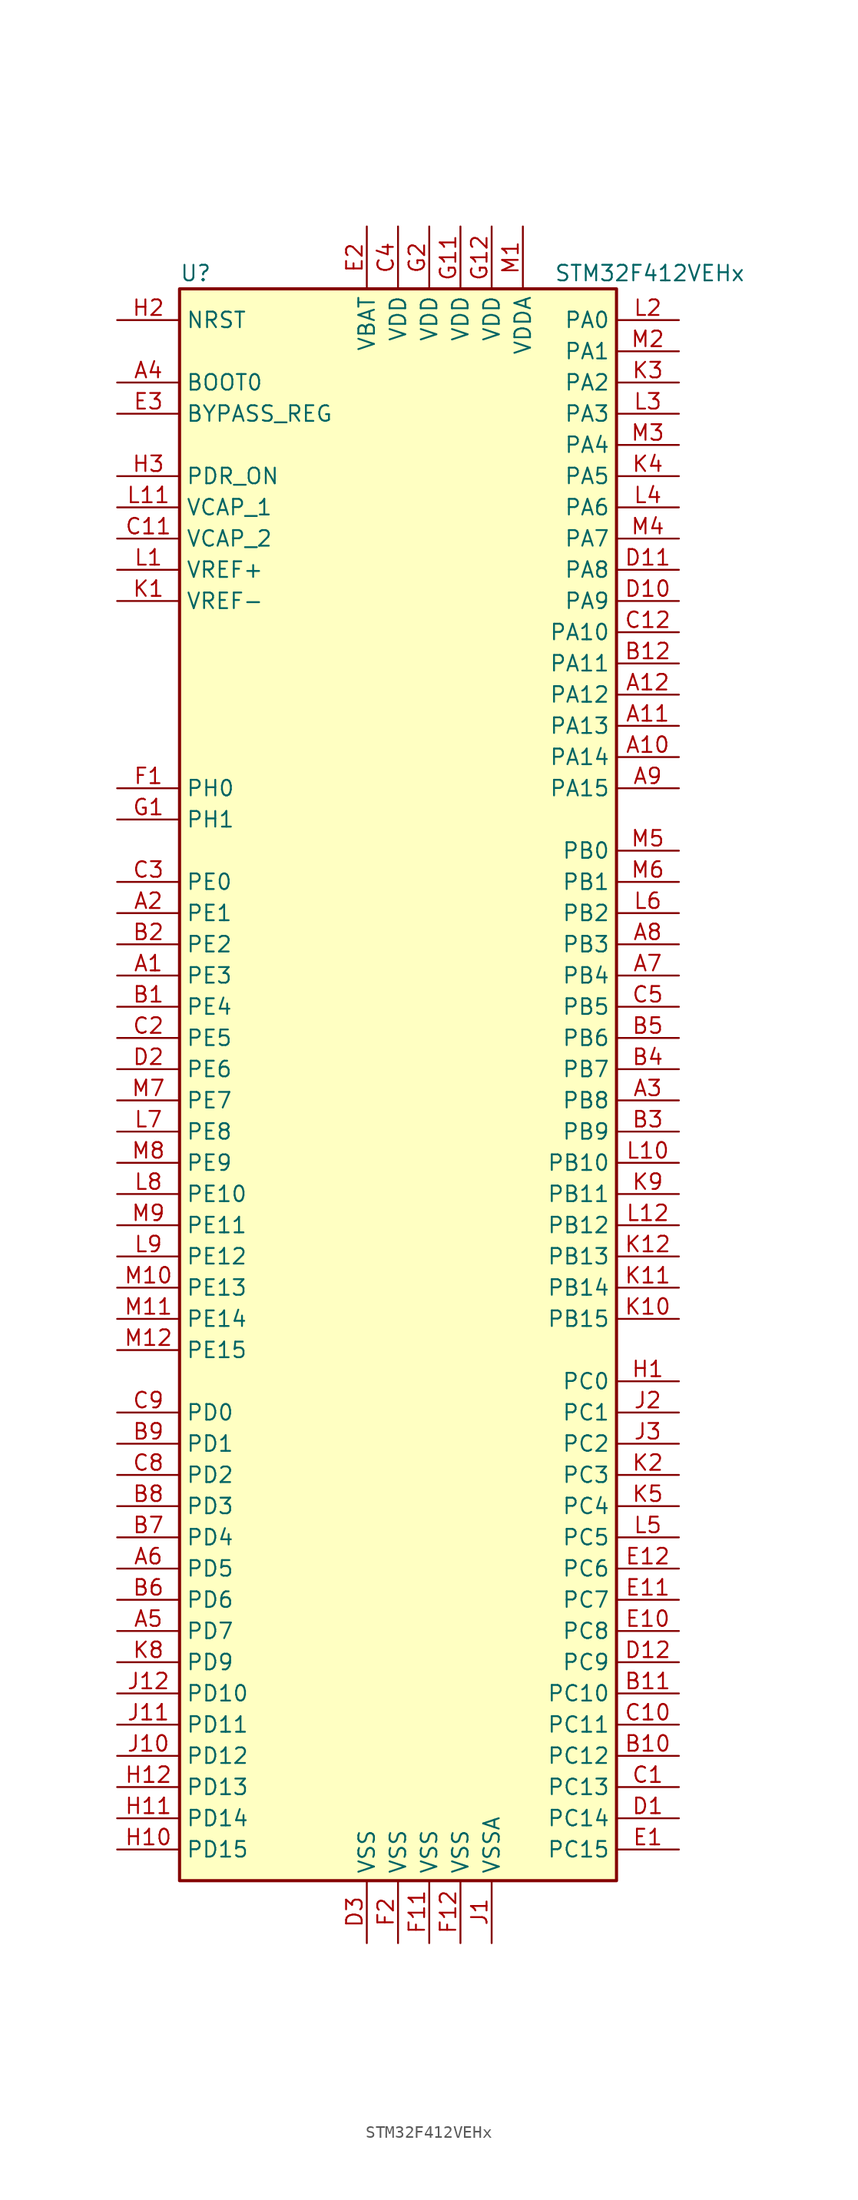
<source format=kicad_sym>
(kicad_symbol_lib
  (version 20220914)
  (generator kicad_symbol_editor)
  (symbol "STM32F412VEHx"
    (property "Reference" "U"
      (at -17.78 64.77 0)
      (effects (font (size 1.27 1.27)) (justify left)))
    (property "Value" "STM32F412VEHx"
      (at 12.7 64.77 0)
      (effects (font (size 1.27 1.27)) (justify left)))
    (symbol "STM32F412VEHx_0_1"
      (rectangle (start -17.78 -66.04) (end 17.78 63.5) (stroke (width 0.254) (type default)) (fill (type background))))
    (symbol "STM32F412VEHx_1_1"
      (pin bidirectional line (at -22.86 7.62 0) (length 5.08) (name "PE3" (effects (font (size 1.27 1.27)))) (number "A1" (effects (font (size 1.27 1.27)))))
      (pin bidirectional line (at 22.86 25.4 180) (length 5.08) (name "PA14" (effects (font (size 1.27 1.27)))) (number "A10" (effects (font (size 1.27 1.27)))))
      (pin bidirectional line (at 22.86 27.94 180) (length 5.08) (name "PA13" (effects (font (size 1.27 1.27)))) (number "A11" (effects (font (size 1.27 1.27)))))
      (pin bidirectional line (at 22.86 30.48 180) (length 5.08) (name "PA12" (effects (font (size 1.27 1.27)))) (number "A12" (effects (font (size 1.27 1.27)))))
      (pin bidirectional line (at -22.86 12.7 0) (length 5.08) (name "PE1" (effects (font (size 1.27 1.27)))) (number "A2" (effects (font (size 1.27 1.27)))))
      (pin bidirectional line (at 22.86 -2.54 180) (length 5.08) (name "PB8" (effects (font (size 1.27 1.27)))) (number "A3" (effects (font (size 1.27 1.27)))))
      (pin input line (at -22.86 55.88 0) (length 5.08) (name "BOOT0" (effects (font (size 1.27 1.27)))) (number "A4" (effects (font (size 1.27 1.27)))))
      (pin bidirectional line (at -22.86 -45.72 0) (length 5.08) (name "PD7" (effects (font (size 1.27 1.27)))) (number "A5" (effects (font (size 1.27 1.27)))))
      (pin bidirectional line (at -22.86 -40.64 0) (length 5.08) (name "PD5" (effects (font (size 1.27 1.27)))) (number "A6" (effects (font (size 1.27 1.27)))))
      (pin bidirectional line (at 22.86 7.62 180) (length 5.08) (name "PB4" (effects (font (size 1.27 1.27)))) (number "A7" (effects (font (size 1.27 1.27)))))
      (pin bidirectional line (at 22.86 10.16 180) (length 5.08) (name "PB3" (effects (font (size 1.27 1.27)))) (number "A8" (effects (font (size 1.27 1.27)))))
      (pin bidirectional line (at 22.86 22.86 180) (length 5.08) (name "PA15" (effects (font (size 1.27 1.27)))) (number "A9" (effects (font (size 1.27 1.27)))))
      (pin bidirectional line (at -22.86 5.08 0) (length 5.08) (name "PE4" (effects (font (size 1.27 1.27)))) (number "B1" (effects (font (size 1.27 1.27)))))
      (pin bidirectional line (at 22.86 -55.88 180) (length 5.08) (name "PC12" (effects (font (size 1.27 1.27)))) (number "B10" (effects (font (size 1.27 1.27)))))
      (pin bidirectional line (at 22.86 -50.8 180) (length 5.08) (name "PC10" (effects (font (size 1.27 1.27)))) (number "B11" (effects (font (size 1.27 1.27)))))
      (pin bidirectional line (at 22.86 33.02 180) (length 5.08) (name "PA11" (effects (font (size 1.27 1.27)))) (number "B12" (effects (font (size 1.27 1.27)))))
      (pin bidirectional line (at -22.86 10.16 0) (length 5.08) (name "PE2" (effects (font (size 1.27 1.27)))) (number "B2" (effects (font (size 1.27 1.27)))))
      (pin bidirectional line (at 22.86 -5.08 180) (length 5.08) (name "PB9" (effects (font (size 1.27 1.27)))) (number "B3" (effects (font (size 1.27 1.27)))))
      (pin bidirectional line (at 22.86 0 180) (length 5.08) (name "PB7" (effects (font (size 1.27 1.27)))) (number "B4" (effects (font (size 1.27 1.27)))))
      (pin bidirectional line (at 22.86 2.54 180) (length 5.08) (name "PB6" (effects (font (size 1.27 1.27)))) (number "B5" (effects (font (size 1.27 1.27)))))
      (pin bidirectional line (at -22.86 -43.18 0) (length 5.08) (name "PD6" (effects (font (size 1.27 1.27)))) (number "B6" (effects (font (size 1.27 1.27)))))
      (pin bidirectional line (at -22.86 -38.1 0) (length 5.08) (name "PD4" (effects (font (size 1.27 1.27)))) (number "B7" (effects (font (size 1.27 1.27)))))
      (pin bidirectional line (at -22.86 -35.56 0) (length 5.08) (name "PD3" (effects (font (size 1.27 1.27)))) (number "B8" (effects (font (size 1.27 1.27)))))
      (pin bidirectional line (at -22.86 -30.48 0) (length 5.08) (name "PD1" (effects (font (size 1.27 1.27)))) (number "B9" (effects (font (size 1.27 1.27)))))
      (pin bidirectional line (at 22.86 -58.42 180) (length 5.08) (name "PC13" (effects (font (size 1.27 1.27)))) (number "C1" (effects (font (size 1.27 1.27)))))
      (pin bidirectional line (at 22.86 -53.34 180) (length 5.08) (name "PC11" (effects (font (size 1.27 1.27)))) (number "C10" (effects (font (size 1.27 1.27)))))
      (pin power_in line (at -22.86 43.18 0) (length 5.08) (name "VCAP_2" (effects (font (size 1.27 1.27)))) (number "C11" (effects (font (size 1.27 1.27)))))
      (pin bidirectional line (at 22.86 35.56 180) (length 5.08) (name "PA10" (effects (font (size 1.27 1.27)))) (number "C12" (effects (font (size 1.27 1.27)))))
      (pin bidirectional line (at -22.86 2.54 0) (length 5.08) (name "PE5" (effects (font (size 1.27 1.27)))) (number "C2" (effects (font (size 1.27 1.27)))))
      (pin bidirectional line (at -22.86 15.24 0) (length 5.08) (name "PE0" (effects (font (size 1.27 1.27)))) (number "C3" (effects (font (size 1.27 1.27)))))
      (pin power_in line (at 0 68.58 270) (length 5.08) (name "VDD" (effects (font (size 1.27 1.27)))) (number "C4" (effects (font (size 1.27 1.27)))))
      (pin bidirectional line (at 22.86 5.08 180) (length 5.08) (name "PB5" (effects (font (size 1.27 1.27)))) (number "C5" (effects (font (size 1.27 1.27)))))
      (pin bidirectional line (at -22.86 -33.02 0) (length 5.08) (name "PD2" (effects (font (size 1.27 1.27)))) (number "C8" (effects (font (size 1.27 1.27)))))
      (pin bidirectional line (at -22.86 -27.94 0) (length 5.08) (name "PD0" (effects (font (size 1.27 1.27)))) (number "C9" (effects (font (size 1.27 1.27)))))
      (pin bidirectional line (at 22.86 -60.96 180) (length 5.08) (name "PC14" (effects (font (size 1.27 1.27)))) (number "D1" (effects (font (size 1.27 1.27)))))
      (pin bidirectional line (at 22.86 38.1 180) (length 5.08) (name "PA9" (effects (font (size 1.27 1.27)))) (number "D10" (effects (font (size 1.27 1.27)))))
      (pin bidirectional line (at 22.86 40.64 180) (length 5.08) (name "PA8" (effects (font (size 1.27 1.27)))) (number "D11" (effects (font (size 1.27 1.27)))))
      (pin bidirectional line (at 22.86 -48.26 180) (length 5.08) (name "PC9" (effects (font (size 1.27 1.27)))) (number "D12" (effects (font (size 1.27 1.27)))))
      (pin bidirectional line (at -22.86 0 0) (length 5.08) (name "PE6" (effects (font (size 1.27 1.27)))) (number "D2" (effects (font (size 1.27 1.27)))))
      (pin power_in line (at -2.54 -71.12 90) (length 5.08) (name "VSS" (effects (font (size 1.27 1.27)))) (number "D3" (effects (font (size 1.27 1.27)))))
      (pin bidirectional line (at 22.86 -63.5 180) (length 5.08) (name "PC15" (effects (font (size 1.27 1.27)))) (number "E1" (effects (font (size 1.27 1.27)))))
      (pin bidirectional line (at 22.86 -45.72 180) (length 5.08) (name "PC8" (effects (font (size 1.27 1.27)))) (number "E10" (effects (font (size 1.27 1.27)))))
      (pin bidirectional line (at 22.86 -43.18 180) (length 5.08) (name "PC7" (effects (font (size 1.27 1.27)))) (number "E11" (effects (font (size 1.27 1.27)))))
      (pin bidirectional line (at 22.86 -40.64 180) (length 5.08) (name "PC6" (effects (font (size 1.27 1.27)))) (number "E12" (effects (font (size 1.27 1.27)))))
      (pin power_in line (at -2.54 68.58 270) (length 5.08) (name "VBAT" (effects (font (size 1.27 1.27)))) (number "E2" (effects (font (size 1.27 1.27)))))
      (pin input line (at -22.86 53.34 0) (length 5.08) (name "BYPASS_REG" (effects (font (size 1.27 1.27)))) (number "E3" (effects (font (size 1.27 1.27)))))
      (pin input line (at -22.86 22.86 0) (length 5.08) (name "PH0" (effects (font (size 1.27 1.27)))) (number "F1" (effects (font (size 1.27 1.27)))))
      (pin power_in line (at 2.54 -71.12 90) (length 5.08) (name "VSS" (effects (font (size 1.27 1.27)))) (number "F11" (effects (font (size 1.27 1.27)))))
      (pin power_in line (at 5.08 -71.12 90) (length 5.08) (name "VSS" (effects (font (size 1.27 1.27)))) (number "F12" (effects (font (size 1.27 1.27)))))
      (pin power_in line (at 0 -71.12 90) (length 5.08) (name "VSS" (effects (font (size 1.27 1.27)))) (number "F2" (effects (font (size 1.27 1.27)))))
      (pin input line (at -22.86 20.32 0) (length 5.08) (name "PH1" (effects (font (size 1.27 1.27)))) (number "G1" (effects (font (size 1.27 1.27)))))
      (pin power_in line (at 5.08 68.58 270) (length 5.08) (name "VDD" (effects (font (size 1.27 1.27)))) (number "G11" (effects (font (size 1.27 1.27)))))
      (pin power_in line (at 7.62 68.58 270) (length 5.08) (name "VDD" (effects (font (size 1.27 1.27)))) (number "G12" (effects (font (size 1.27 1.27)))))
      (pin power_in line (at 2.54 68.58 270) (length 5.08) (name "VDD" (effects (font (size 1.27 1.27)))) (number "G2" (effects (font (size 1.27 1.27)))))
      (pin bidirectional line (at 22.86 -25.4 180) (length 5.08) (name "PC0" (effects (font (size 1.27 1.27)))) (number "H1" (effects (font (size 1.27 1.27)))))
      (pin bidirectional line (at -22.86 -63.5 0) (length 5.08) (name "PD15" (effects (font (size 1.27 1.27)))) (number "H10" (effects (font (size 1.27 1.27)))))
      (pin bidirectional line (at -22.86 -60.96 0) (length 5.08) (name "PD14" (effects (font (size 1.27 1.27)))) (number "H11" (effects (font (size 1.27 1.27)))))
      (pin bidirectional line (at -22.86 -58.42 0) (length 5.08) (name "PD13" (effects (font (size 1.27 1.27)))) (number "H12" (effects (font (size 1.27 1.27)))))
      (pin input line (at -22.86 60.96 0) (length 5.08) (name "NRST" (effects (font (size 1.27 1.27)))) (number "H2" (effects (font (size 1.27 1.27)))))
      (pin power_in line (at -22.86 48.26 0) (length 5.08) (name "PDR_ON" (effects (font (size 1.27 1.27)))) (number "H3" (effects (font (size 1.27 1.27)))))
      (pin power_in line (at 7.62 -71.12 90) (length 5.08) (name "VSSA" (effects (font (size 1.27 1.27)))) (number "J1" (effects (font (size 1.27 1.27)))))
      (pin bidirectional line (at -22.86 -55.88 0) (length 5.08) (name "PD12" (effects (font (size 1.27 1.27)))) (number "J10" (effects (font (size 1.27 1.27)))))
      (pin bidirectional line (at -22.86 -53.34 0) (length 5.08) (name "PD11" (effects (font (size 1.27 1.27)))) (number "J11" (effects (font (size 1.27 1.27)))))
      (pin bidirectional line (at -22.86 -50.8 0) (length 5.08) (name "PD10" (effects (font (size 1.27 1.27)))) (number "J12" (effects (font (size 1.27 1.27)))))
      (pin bidirectional line (at 22.86 -27.94 180) (length 5.08) (name "PC1" (effects (font (size 1.27 1.27)))) (number "J2" (effects (font (size 1.27 1.27)))))
      (pin bidirectional line (at 22.86 -30.48 180) (length 5.08) (name "PC2" (effects (font (size 1.27 1.27)))) (number "J3" (effects (font (size 1.27 1.27)))))
      (pin power_in line (at -22.86 38.1 0) (length 5.08) (name "VREF-" (effects (font (size 1.27 1.27)))) (number "K1" (effects (font (size 1.27 1.27)))))
      (pin bidirectional line (at 22.86 -20.32 180) (length 5.08) (name "PB15" (effects (font (size 1.27 1.27)))) (number "K10" (effects (font (size 1.27 1.27)))))
      (pin bidirectional line (at 22.86 -17.78 180) (length 5.08) (name "PB14" (effects (font (size 1.27 1.27)))) (number "K11" (effects (font (size 1.27 1.27)))))
      (pin bidirectional line (at 22.86 -15.24 180) (length 5.08) (name "PB13" (effects (font (size 1.27 1.27)))) (number "K12" (effects (font (size 1.27 1.27)))))
      (pin bidirectional line (at 22.86 -33.02 180) (length 5.08) (name "PC3" (effects (font (size 1.27 1.27)))) (number "K2" (effects (font (size 1.27 1.27)))))
      (pin bidirectional line (at 22.86 55.88 180) (length 5.08) (name "PA2" (effects (font (size 1.27 1.27)))) (number "K3" (effects (font (size 1.27 1.27)))))
      (pin bidirectional line (at 22.86 48.26 180) (length 5.08) (name "PA5" (effects (font (size 1.27 1.27)))) (number "K4" (effects (font (size 1.27 1.27)))))
      (pin bidirectional line (at 22.86 -35.56 180) (length 5.08) (name "PC4" (effects (font (size 1.27 1.27)))) (number "K5" (effects (font (size 1.27 1.27)))))
      (pin bidirectional line (at -22.86 -48.26 0) (length 5.08) (name "PD9" (effects (font (size 1.27 1.27)))) (number "K8" (effects (font (size 1.27 1.27)))))
      (pin bidirectional line (at 22.86 -10.16 180) (length 5.08) (name "PB11" (effects (font (size 1.27 1.27)))) (number "K9" (effects (font (size 1.27 1.27)))))
      (pin power_in line (at -22.86 40.64 0) (length 5.08) (name "VREF+" (effects (font (size 1.27 1.27)))) (number "L1" (effects (font (size 1.27 1.27)))))
      (pin bidirectional line (at 22.86 -7.62 180) (length 5.08) (name "PB10" (effects (font (size 1.27 1.27)))) (number "L10" (effects (font (size 1.27 1.27)))))
      (pin power_in line (at -22.86 45.72 0) (length 5.08) (name "VCAP_1" (effects (font (size 1.27 1.27)))) (number "L11" (effects (font (size 1.27 1.27)))))
      (pin bidirectional line (at 22.86 -12.7 180) (length 5.08) (name "PB12" (effects (font (size 1.27 1.27)))) (number "L12" (effects (font (size 1.27 1.27)))))
      (pin bidirectional line (at 22.86 60.96 180) (length 5.08) (name "PA0" (effects (font (size 1.27 1.27)))) (number "L2" (effects (font (size 1.27 1.27)))))
      (pin bidirectional line (at 22.86 53.34 180) (length 5.08) (name "PA3" (effects (font (size 1.27 1.27)))) (number "L3" (effects (font (size 1.27 1.27)))))
      (pin bidirectional line (at 22.86 45.72 180) (length 5.08) (name "PA6" (effects (font (size 1.27 1.27)))) (number "L4" (effects (font (size 1.27 1.27)))))
      (pin bidirectional line (at 22.86 -38.1 180) (length 5.08) (name "PC5" (effects (font (size 1.27 1.27)))) (number "L5" (effects (font (size 1.27 1.27)))))
      (pin bidirectional line (at 22.86 12.7 180) (length 5.08) (name "PB2" (effects (font (size 1.27 1.27)))) (number "L6" (effects (font (size 1.27 1.27)))))
      (pin bidirectional line (at -22.86 -5.08 0) (length 5.08) (name "PE8" (effects (font (size 1.27 1.27)))) (number "L7" (effects (font (size 1.27 1.27)))))
      (pin bidirectional line (at -22.86 -10.16 0) (length 5.08) (name "PE10" (effects (font (size 1.27 1.27)))) (number "L8" (effects (font (size 1.27 1.27)))))
      (pin bidirectional line (at -22.86 -15.24 0) (length 5.08) (name "PE12" (effects (font (size 1.27 1.27)))) (number "L9" (effects (font (size 1.27 1.27)))))
      (pin power_in line (at 10.16 68.58 270) (length 5.08) (name "VDDA" (effects (font (size 1.27 1.27)))) (number "M1" (effects (font (size 1.27 1.27)))))
      (pin bidirectional line (at -22.86 -17.78 0) (length 5.08) (name "PE13" (effects (font (size 1.27 1.27)))) (number "M10" (effects (font (size 1.27 1.27)))))
      (pin bidirectional line (at -22.86 -20.32 0) (length 5.08) (name "PE14" (effects (font (size 1.27 1.27)))) (number "M11" (effects (font (size 1.27 1.27)))))
      (pin bidirectional line (at -22.86 -22.86 0) (length 5.08) (name "PE15" (effects (font (size 1.27 1.27)))) (number "M12" (effects (font (size 1.27 1.27)))))
      (pin bidirectional line (at 22.86 58.42 180) (length 5.08) (name "PA1" (effects (font (size 1.27 1.27)))) (number "M2" (effects (font (size 1.27 1.27)))))
      (pin bidirectional line (at 22.86 50.8 180) (length 5.08) (name "PA4" (effects (font (size 1.27 1.27)))) (number "M3" (effects (font (size 1.27 1.27)))))
      (pin bidirectional line (at 22.86 43.18 180) (length 5.08) (name "PA7" (effects (font (size 1.27 1.27)))) (number "M4" (effects (font (size 1.27 1.27)))))
      (pin bidirectional line (at 22.86 17.78 180) (length 5.08) (name "PB0" (effects (font (size 1.27 1.27)))) (number "M5" (effects (font (size 1.27 1.27)))))
      (pin bidirectional line (at 22.86 15.24 180) (length 5.08) (name "PB1" (effects (font (size 1.27 1.27)))) (number "M6" (effects (font (size 1.27 1.27)))))
      (pin bidirectional line (at -22.86 -2.54 0) (length 5.08) (name "PE7" (effects (font (size 1.27 1.27)))) (number "M7" (effects (font (size 1.27 1.27)))))
      (pin bidirectional line (at -22.86 -7.62 0) (length 5.08) (name "PE9" (effects (font (size 1.27 1.27)))) (number "M8" (effects (font (size 1.27 1.27)))))
      (pin bidirectional line (at -22.86 -12.7 0) (length 5.08) (name "PE11" (effects (font (size 1.27 1.27)))) (number "M9" (effects (font (size 1.27 1.27))))))))
</source>
